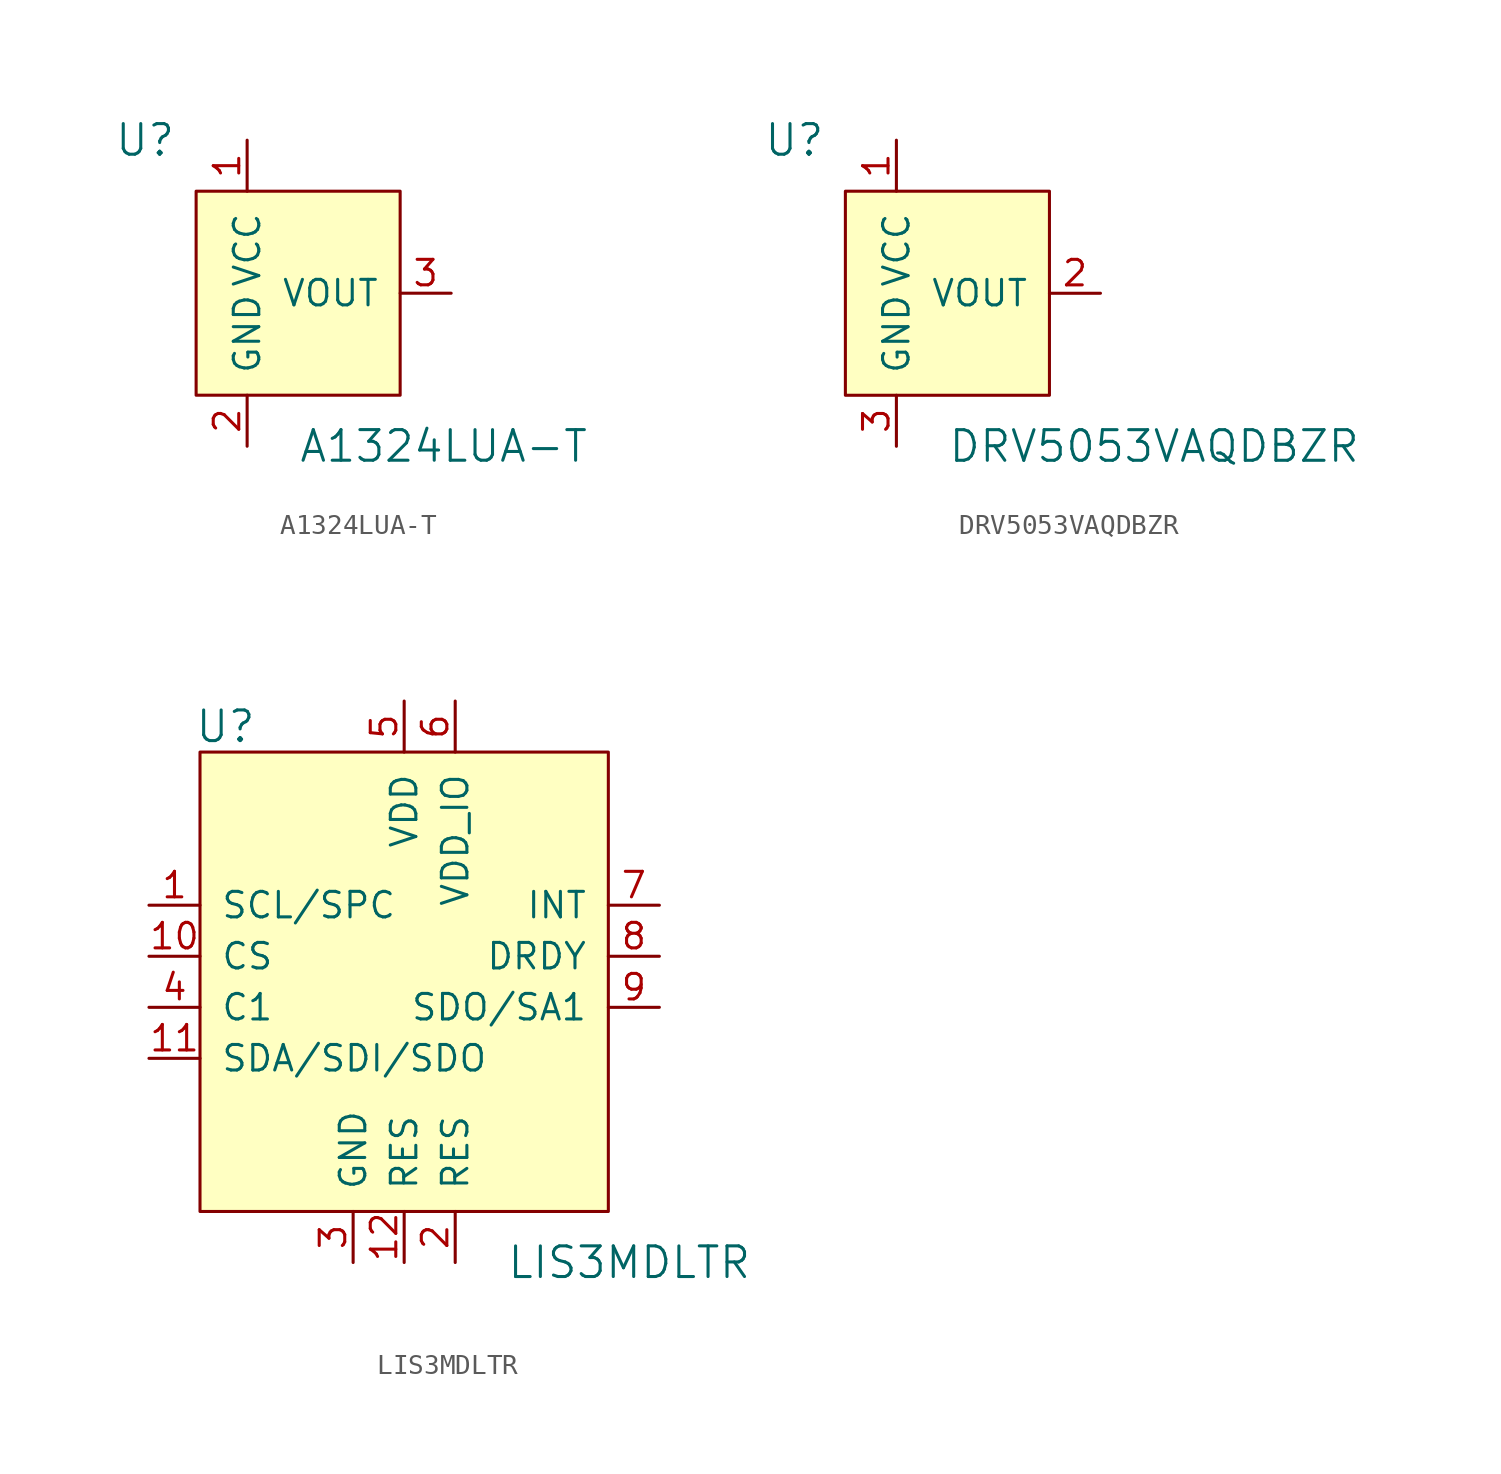
<source format=kicad_sym>
(kicad_symbol_lib
  (version 20201005)
  (generator kicad_symbol_editor)
  (symbol "A1324LUA-T"
    (pin_names
      (offset 1.016))
    (property "Reference" "U"
      (at -5.08 7.62 0)
      (effects (font (size 1.524 1.524))))
    (property "Value" "A1324LUA-T"
      (at 2.54 -7.62 0)
      (effects (font (size 1.524 1.524)) (justify left)))
    (symbol "A1324LUA-T_0_1"
      (rectangle (start 7.62 5.08) (end -2.54 -5.08) (stroke (width 0)) (fill (type background))))
    (symbol "A1324LUA-T_1_1"
      (pin power_in line (at 0 7.62 270) (length 2.54) (name "VCC" (effects (font (size 1.27 1.27)))) (number "1" (effects (font (size 1.27 1.27)))))
      (pin power_in line (at 0 -7.62 90) (length 2.54) (name "GND" (effects (font (size 1.27 1.27)))) (number "2" (effects (font (size 1.27 1.27)))))
      (pin output line (at 10.16 0 180) (length 2.54) (name "VOUT" (effects (font (size 1.27 1.27)))) (number "3" (effects (font (size 1.27 1.27)))))))
  (symbol "DRV5053VAQDBZR"
    (pin_names
      (offset 1.016))
    (property "Reference" "U"
      (at -2.54 7.62 0)
      (effects (font (size 1.524 1.524))))
    (property "Value" "DRV5053VAQDBZR"
      (at 5.08 -7.62 0)
      (effects (font (size 1.524 1.524)) (justify left)))
    (symbol "DRV5053VAQDBZR_0_1"
      (rectangle (start 10.16 5.08) (end 0 -5.08) (stroke (width 0)) (fill (type background))))
    (symbol "DRV5053VAQDBZR_1_1"
      (pin power_in line (at 2.54 7.62 270) (length 2.54) (name "VCC" (effects (font (size 1.27 1.27)))) (number "1" (effects (font (size 1.27 1.27)))))
      (pin output line (at 12.7 0 180) (length 2.54) (name "VOUT" (effects (font (size 1.27 1.27)))) (number "2" (effects (font (size 1.27 1.27)))))
      (pin power_in line (at 2.54 -7.62 90) (length 2.54) (name "GND" (effects (font (size 1.27 1.27)))) (number "3" (effects (font (size 1.27 1.27)))))))
  (symbol "LIS3MDLTR"
    (pin_names
      (offset 1.016))
    (property "Reference" "U"
      (at -8.89 11.43 0)
      (effects (font (size 1.524 1.524))))
    (property "Value" "LIS3MDLTR"
      (at 5.08 -15.24 0)
      (effects (font (size 1.524 1.524)) (justify left)))
    (symbol "LIS3MDLTR_0_1"
      (rectangle (start -10.16 10.16) (end 10.16 -12.7) (stroke (width 0)) (fill (type background))))
    (symbol "LIS3MDLTR_1_1"
      (pin input line (at -12.7 2.54 0) (length 2.54) (name "SCL/SPC" (effects (font (size 1.27 1.27)))) (number "1" (effects (font (size 1.27 1.27)))))
      (pin power_in line (at 2.54 -15.24 90) (length 2.54) (name "RES" (effects (font (size 1.27 1.27)))) (number "2" (effects (font (size 1.27 1.27)))))
      (pin power_in line (at -2.54 -15.24 90) (length 2.54) (name "GND" (effects (font (size 1.27 1.27)))) (number "3" (effects (font (size 1.27 1.27)))))
      (pin passive line (at -12.7 -2.54 0) (length 2.54) (name "C1" (effects (font (size 1.27 1.27)))) (number "4" (effects (font (size 1.27 1.27)))))
      (pin power_in line (at 0 12.7 270) (length 2.54) (name "VDD" (effects (font (size 1.27 1.27)))) (number "5" (effects (font (size 1.27 1.27)))))
      (pin power_in line (at 2.54 12.7 270) (length 2.54) (name "VDD_IO" (effects (font (size 1.27 1.27)))) (number "6" (effects (font (size 1.27 1.27)))))
      (pin output line (at 12.7 2.54 180) (length 2.54) (name "INT" (effects (font (size 1.27 1.27)))) (number "7" (effects (font (size 1.27 1.27)))))
      (pin output line (at 12.7 0 180) (length 2.54) (name "DRDY" (effects (font (size 1.27 1.27)))) (number "8" (effects (font (size 1.27 1.27)))))
      (pin output line (at 12.7 -2.54 180) (length 2.54) (name "SDO/SA1" (effects (font (size 1.27 1.27)))) (number "9" (effects (font (size 1.27 1.27)))))
      (pin input line (at -12.7 0 0) (length 2.54) (name "CS" (effects (font (size 1.27 1.27)))) (number "10" (effects (font (size 1.27 1.27)))))
      (pin bidirectional line (at -12.7 -5.08 0) (length 2.54) (name "SDA/SDI/SDO" (effects (font (size 1.27 1.27)))) (number "11" (effects (font (size 1.27 1.27)))))
      (pin power_in line (at 0 -15.24 90) (length 2.54) (name "RES" (effects (font (size 1.27 1.27)))) (number "12" (effects (font (size 1.27 1.27))))))))
</source>
